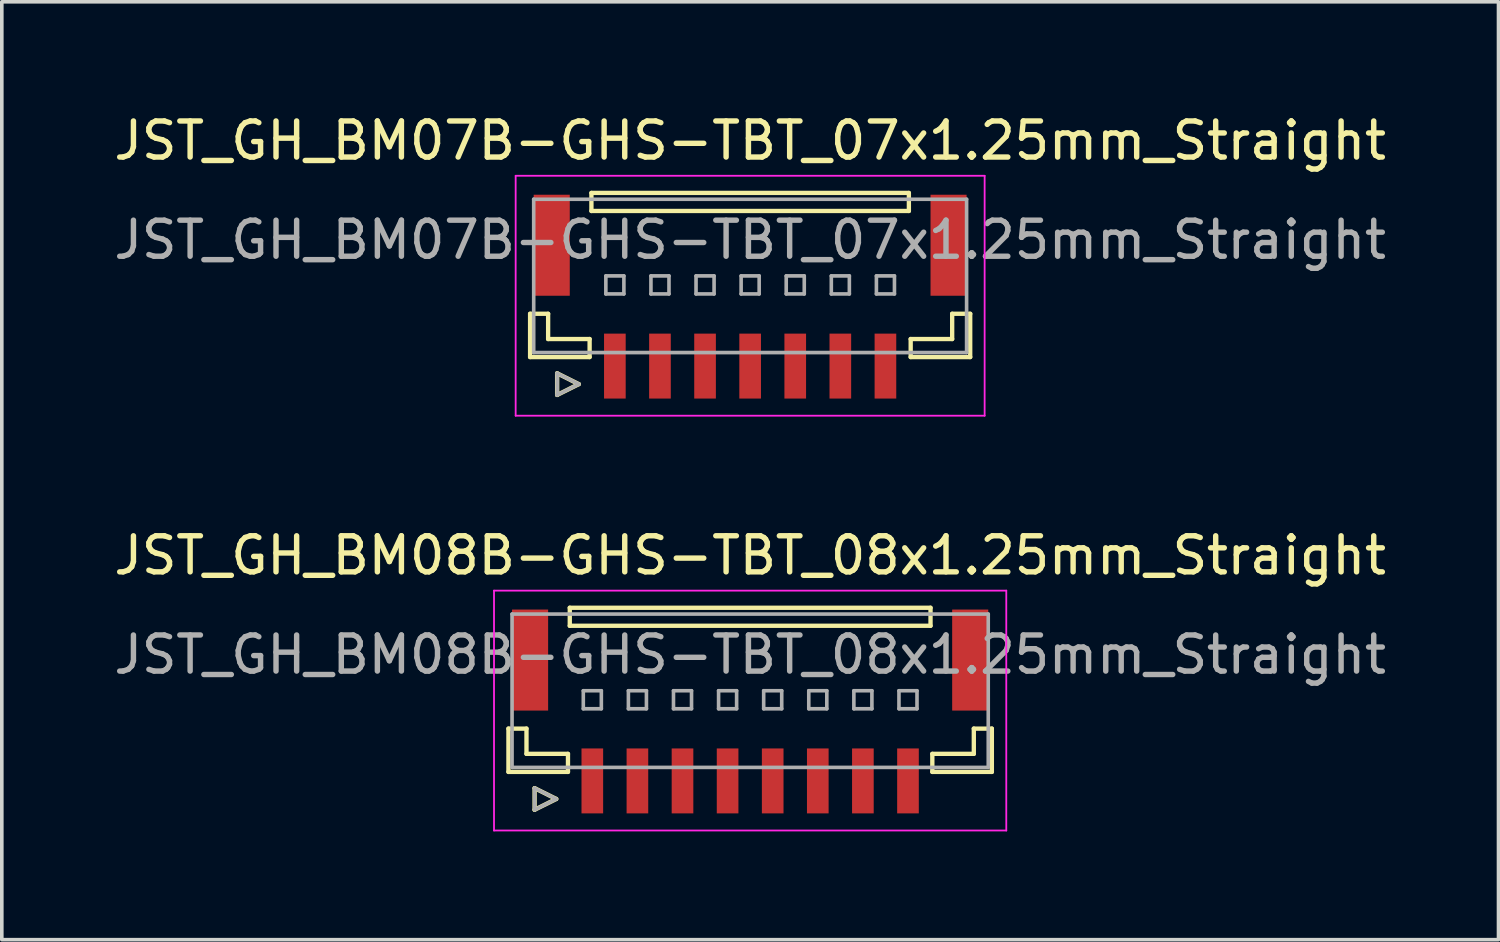
<source format=kicad_pcb>
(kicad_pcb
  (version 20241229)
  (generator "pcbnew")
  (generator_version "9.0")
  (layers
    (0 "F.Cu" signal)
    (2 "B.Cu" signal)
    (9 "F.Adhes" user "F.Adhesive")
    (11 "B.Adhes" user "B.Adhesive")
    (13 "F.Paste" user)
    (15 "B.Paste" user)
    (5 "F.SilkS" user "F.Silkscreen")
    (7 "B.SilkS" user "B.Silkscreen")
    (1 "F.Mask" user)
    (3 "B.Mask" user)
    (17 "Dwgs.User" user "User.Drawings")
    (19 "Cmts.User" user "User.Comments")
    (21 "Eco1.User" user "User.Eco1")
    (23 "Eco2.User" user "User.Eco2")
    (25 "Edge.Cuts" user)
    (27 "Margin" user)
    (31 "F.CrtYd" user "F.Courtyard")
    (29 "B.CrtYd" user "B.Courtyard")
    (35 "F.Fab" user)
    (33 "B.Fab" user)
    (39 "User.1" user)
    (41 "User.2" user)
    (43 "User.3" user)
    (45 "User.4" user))
  (footprint "JST_GH_BM07B-GHS-TBT_07x1.25mm_Straight"
    (layer "F.Cu")
    (at 17.744 5.423)
    (property "Reference" "JST_GH_BM07B-GHS-TBT_07x1.25mm_Straight" (at 0 -4.575 0) (layer "F.SilkS") (effects (font (size 1 1) (thickness 0.15))))
    (attr smd)
    (fp_line (start -6.1 0.225) (end -6.1 1.425) (stroke (width 0.12) (type solid)) (layer "F.SilkS"))
    (fp_line (start -6.1 1.425) (end -4.45 1.425) (stroke (width 0.12) (type solid)) (layer "F.SilkS"))
    (fp_line (start -5.6 0.225) (end -6.1 0.225) (stroke (width 0.12) (type solid)) (layer "F.SilkS"))
    (fp_line (start -5.6 0.925) (end -5.6 0.225) (stroke (width 0.12) (type solid)) (layer "F.SilkS"))
    (fp_line (start -5.35 1.875) (end -4.75 2.175) (stroke (width 0.12) (type solid)) (layer "F.SilkS"))
    (fp_line (start -5.35 2.475) (end -5.35 1.875) (stroke (width 0.12) (type solid)) (layer "F.SilkS"))
    (fp_line (start -4.75 2.175) (end -5.35 2.475) (stroke (width 0.12) (type solid)) (layer "F.SilkS"))
    (fp_line (start -4.45 0.925) (end -5.6 0.925) (stroke (width 0.12) (type solid)) (layer "F.SilkS"))
    (fp_line (start -4.45 1.425) (end -4.45 0.925) (stroke (width 0.12) (type solid)) (layer "F.SilkS"))
    (fp_line (start -4.4 -3.125) (end 4.4 -3.125) (stroke (width 0.12) (type solid)) (layer "F.SilkS"))
    (fp_line (start -4.4 -2.625) (end -4.4 -3.125) (stroke (width 0.12) (type solid)) (layer "F.SilkS"))
    (fp_line (start 4.4 -3.125) (end 4.4 -2.625) (stroke (width 0.12) (type solid)) (layer "F.SilkS"))
    (fp_line (start 4.4 -2.625) (end -4.4 -2.625) (stroke (width 0.12) (type solid)) (layer "F.SilkS"))
    (fp_line (start 4.45 0.925) (end 5.6 0.925) (stroke (width 0.12) (type solid)) (layer "F.SilkS"))
    (fp_line (start 4.45 1.425) (end 4.45 0.925) (stroke (width 0.12) (type solid)) (layer "F.SilkS"))
    (fp_line (start 5.6 0.225) (end 6.1 0.225) (stroke (width 0.12) (type solid)) (layer "F.SilkS"))
    (fp_line (start 5.6 0.925) (end 5.6 0.225) (stroke (width 0.12) (type solid)) (layer "F.SilkS"))
    (fp_line (start 6.1 0.225) (end 6.1 1.425) (stroke (width 0.12) (type solid)) (layer "F.SilkS"))
    (fp_line (start 6.1 1.425) (end 4.45 1.425) (stroke (width 0.12) (type solid)) (layer "F.SilkS"))
    (fp_line (start -6.5 -3.6) (end 6.5 -3.6) (stroke (width 0.05) (type solid)) (layer "F.CrtYd"))
    (fp_line (start -6.5 3.05) (end -6.5 -3.6) (stroke (width 0.05) (type solid)) (layer "F.CrtYd"))
    (fp_line (start 6.5 -3.6) (end 6.5 3.05) (stroke (width 0.05) (type solid)) (layer "F.CrtYd"))
    (fp_line (start 6.5 3.05) (end -6.5 3.05) (stroke (width 0.05) (type solid)) (layer "F.CrtYd"))
    (fp_line (start -6 -2.95) (end 6 -2.95) (stroke (width 0.1) (type solid)) (layer "F.Fab"))
    (fp_line (start -6 1.3) (end -6 -2.95) (stroke (width 0.1) (type solid)) (layer "F.Fab"))
    (fp_line (start -5.35 1.875) (end -4.75 2.175) (stroke (width 0.1) (type solid)) (layer "F.Fab"))
    (fp_line (start -5.35 2.475) (end -5.35 1.875) (stroke (width 0.1) (type solid)) (layer "F.Fab"))
    (fp_line (start -4.75 2.175) (end -5.35 2.475) (stroke (width 0.1) (type solid)) (layer "F.Fab"))
    (fp_line (start -4 -0.825) (end -3.5 -0.825) (stroke (width 0.1) (type solid)) (layer "F.Fab"))
    (fp_line (start -4 -0.325) (end -4 -0.825) (stroke (width 0.1) (type solid)) (layer "F.Fab"))
    (fp_line (start -3.5 -0.825) (end -3.5 -0.325) (stroke (width 0.1) (type solid)) (layer "F.Fab"))
    (fp_line (start -3.5 -0.325) (end -4 -0.325) (stroke (width 0.1) (type solid)) (layer "F.Fab"))
    (fp_line (start -2.75 -0.825) (end -2.25 -0.825) (stroke (width 0.1) (type solid)) (layer "F.Fab"))
    (fp_line (start -2.75 -0.325) (end -2.75 -0.825) (stroke (width 0.1) (type solid)) (layer "F.Fab"))
    (fp_line (start -2.25 -0.825) (end -2.25 -0.325) (stroke (width 0.1) (type solid)) (layer "F.Fab"))
    (fp_line (start -2.25 -0.325) (end -2.75 -0.325) (stroke (width 0.1) (type solid)) (layer "F.Fab"))
    (fp_line (start -1.5 -0.825) (end -1 -0.825) (stroke (width 0.1) (type solid)) (layer "F.Fab"))
    (fp_line (start -1.5 -0.325) (end -1.5 -0.825) (stroke (width 0.1) (type solid)) (layer "F.Fab"))
    (fp_line (start -1 -0.825) (end -1 -0.325) (stroke (width 0.1) (type solid)) (layer "F.Fab"))
    (fp_line (start -1 -0.325) (end -1.5 -0.325) (stroke (width 0.1) (type solid)) (layer "F.Fab"))
    (fp_line (start -0.25 -0.825) (end 0.25 -0.825) (stroke (width 0.1) (type solid)) (layer "F.Fab"))
    (fp_line (start -0.25 -0.325) (end -0.25 -0.825) (stroke (width 0.1) (type solid)) (layer "F.Fab"))
    (fp_line (start 0.25 -0.825) (end 0.25 -0.325) (stroke (width 0.1) (type solid)) (layer "F.Fab"))
    (fp_line (start 0.25 -0.325) (end -0.25 -0.325) (stroke (width 0.1) (type solid)) (layer "F.Fab"))
    (fp_line (start 1 -0.825) (end 1.5 -0.825) (stroke (width 0.1) (type solid)) (layer "F.Fab"))
    (fp_line (start 1 -0.325) (end 1 -0.825) (stroke (width 0.1) (type solid)) (layer "F.Fab"))
    (fp_line (start 1.5 -0.825) (end 1.5 -0.325) (stroke (width 0.1) (type solid)) (layer "F.Fab"))
    (fp_line (start 1.5 -0.325) (end 1 -0.325) (stroke (width 0.1) (type solid)) (layer "F.Fab"))
    (fp_line (start 2.25 -0.825) (end 2.75 -0.825) (stroke (width 0.1) (type solid)) (layer "F.Fab"))
    (fp_line (start 2.25 -0.325) (end 2.25 -0.825) (stroke (width 0.1) (type solid)) (layer "F.Fab"))
    (fp_line (start 2.75 -0.825) (end 2.75 -0.325) (stroke (width 0.1) (type solid)) (layer "F.Fab"))
    (fp_line (start 2.75 -0.325) (end 2.25 -0.325) (stroke (width 0.1) (type solid)) (layer "F.Fab"))
    (fp_line (start 3.5 -0.825) (end 4 -0.825) (stroke (width 0.1) (type solid)) (layer "F.Fab"))
    (fp_line (start 3.5 -0.325) (end 3.5 -0.825) (stroke (width 0.1) (type solid)) (layer "F.Fab"))
    (fp_line (start 4 -0.825) (end 4 -0.325) (stroke (width 0.1) (type solid)) (layer "F.Fab"))
    (fp_line (start 4 -0.325) (end 3.5 -0.325) (stroke (width 0.1) (type solid)) (layer "F.Fab"))
    (fp_line (start 6 -2.95) (end 6 1.3) (stroke (width 0.1) (type solid)) (layer "F.Fab"))
    (fp_line (start 6 1.3) (end -6 1.3) (stroke (width 0.1) (type solid)) (layer "F.Fab"))
    (fp_text user "${REFERENCE}" (at 0 -1.825 0) (layer "F.Fab") (effects (font (size 1 1) (thickness 0.15))))
    (pad "" smd rect (at -5.5 -1.675) (size 1 2.8) (layers "F.Cu" "F.Mask" "F.Paste"))
    (pad "" smd rect (at 5.5 -1.675) (size 1 2.8) (layers "F.Cu" "F.Mask" "F.Paste"))
    (pad "1" smd rect (at -3.75 1.675) (size 0.6 1.8) (layers "F.Cu" "F.Mask" "F.Paste"))
    (pad "2" smd rect (at -2.5 1.675) (size 0.6 1.8) (layers "F.Cu" "F.Mask" "F.Paste"))
    (pad "3" smd rect (at -1.25 1.675) (size 0.6 1.8) (layers "F.Cu" "F.Mask" "F.Paste"))
    (pad "4" smd rect (at 0 1.675) (size 0.6 1.8) (layers "F.Cu" "F.Mask" "F.Paste"))
    (pad "5" smd rect (at 1.25 1.675) (size 0.6 1.8) (layers "F.Cu" "F.Mask" "F.Paste"))
    (pad "6" smd rect (at 2.5 1.675) (size 0.6 1.8) (layers "F.Cu" "F.Mask" "F.Paste"))
    (pad "7" smd rect (at 3.75 1.675) (size 0.6 1.8) (layers "F.Cu" "F.Mask" "F.Paste")))
  (footprint "JST_GH_BM08B-GHS-TBT_08x1.25mm_Straight"
    (layer "F.Cu")
    (at 17.744 16.922)
    (property "Reference" "JST_GH_BM08B-GHS-TBT_08x1.25mm_Straight" (at 0 -4.575 0) (layer "F.SilkS") (effects (font (size 1 1) (thickness 0.15))))
    (attr smd)
    (fp_line (start -6.7 0.225) (end -6.7 1.425) (stroke (width 0.12) (type solid)) (layer "F.SilkS"))
    (fp_line (start -6.7 1.425) (end -5.05 1.425) (stroke (width 0.12) (type solid)) (layer "F.SilkS"))
    (fp_line (start -6.2 0.225) (end -6.7 0.225) (stroke (width 0.12) (type solid)) (layer "F.SilkS"))
    (fp_line (start -6.2 0.925) (end -6.2 0.225) (stroke (width 0.12) (type solid)) (layer "F.SilkS"))
    (fp_line (start -5.975 1.875) (end -5.375 2.175) (stroke (width 0.12) (type solid)) (layer "F.SilkS"))
    (fp_line (start -5.975 2.475) (end -5.975 1.875) (stroke (width 0.12) (type solid)) (layer "F.SilkS"))
    (fp_line (start -5.375 2.175) (end -5.975 2.475) (stroke (width 0.12) (type solid)) (layer "F.SilkS"))
    (fp_line (start -5.05 0.925) (end -6.2 0.925) (stroke (width 0.12) (type solid)) (layer "F.SilkS"))
    (fp_line (start -5.05 1.425) (end -5.05 0.925) (stroke (width 0.12) (type solid)) (layer "F.SilkS"))
    (fp_line (start -5 -3.125) (end 5 -3.125) (stroke (width 0.12) (type solid)) (layer "F.SilkS"))
    (fp_line (start -5 -2.625) (end -5 -3.125) (stroke (width 0.12) (type solid)) (layer "F.SilkS"))
    (fp_line (start 5 -3.125) (end 5 -2.625) (stroke (width 0.12) (type solid)) (layer "F.SilkS"))
    (fp_line (start 5 -2.625) (end -5 -2.625) (stroke (width 0.12) (type solid)) (layer "F.SilkS"))
    (fp_line (start 5.05 0.925) (end 6.2 0.925) (stroke (width 0.12) (type solid)) (layer "F.SilkS"))
    (fp_line (start 5.05 1.425) (end 5.05 0.925) (stroke (width 0.12) (type solid)) (layer "F.SilkS"))
    (fp_line (start 6.2 0.225) (end 6.7 0.225) (stroke (width 0.12) (type solid)) (layer "F.SilkS"))
    (fp_line (start 6.2 0.925) (end 6.2 0.225) (stroke (width 0.12) (type solid)) (layer "F.SilkS"))
    (fp_line (start 6.7 0.225) (end 6.7 1.425) (stroke (width 0.12) (type solid)) (layer "F.SilkS"))
    (fp_line (start 6.7 1.425) (end 5.05 1.425) (stroke (width 0.12) (type solid)) (layer "F.SilkS"))
    (fp_line (start -7.1 -3.6) (end 7.1 -3.6) (stroke (width 0.05) (type solid)) (layer "F.CrtYd"))
    (fp_line (start -7.1 3.05) (end -7.1 -3.6) (stroke (width 0.05) (type solid)) (layer "F.CrtYd"))
    (fp_line (start 7.1 -3.6) (end 7.1 3.05) (stroke (width 0.05) (type solid)) (layer "F.CrtYd"))
    (fp_line (start 7.1 3.05) (end -7.1 3.05) (stroke (width 0.05) (type solid)) (layer "F.CrtYd"))
    (fp_line (start -6.6 -2.95) (end 6.6 -2.95) (stroke (width 0.1) (type solid)) (layer "F.Fab"))
    (fp_line (start -6.6 1.3) (end -6.6 -2.95) (stroke (width 0.1) (type solid)) (layer "F.Fab"))
    (fp_line (start -5.975 1.875) (end -5.375 2.175) (stroke (width 0.1) (type solid)) (layer "F.Fab"))
    (fp_line (start -5.975 2.475) (end -5.975 1.875) (stroke (width 0.1) (type solid)) (layer "F.Fab"))
    (fp_line (start -5.375 2.175) (end -5.975 2.475) (stroke (width 0.1) (type solid)) (layer "F.Fab"))
    (fp_line (start -4.625 -0.825) (end -4.125 -0.825) (stroke (width 0.1) (type solid)) (layer "F.Fab"))
    (fp_line (start -4.625 -0.325) (end -4.625 -0.825) (stroke (width 0.1) (type solid)) (layer "F.Fab"))
    (fp_line (start -4.125 -0.825) (end -4.125 -0.325) (stroke (width 0.1) (type solid)) (layer "F.Fab"))
    (fp_line (start -4.125 -0.325) (end -4.625 -0.325) (stroke (width 0.1) (type solid)) (layer "F.Fab"))
    (fp_line (start -3.375 -0.825) (end -2.875 -0.825) (stroke (width 0.1) (type solid)) (layer "F.Fab"))
    (fp_line (start -3.375 -0.325) (end -3.375 -0.825) (stroke (width 0.1) (type solid)) (layer "F.Fab"))
    (fp_line (start -2.875 -0.825) (end -2.875 -0.325) (stroke (width 0.1) (type solid)) (layer "F.Fab"))
    (fp_line (start -2.875 -0.325) (end -3.375 -0.325) (stroke (width 0.1) (type solid)) (layer "F.Fab"))
    (fp_line (start -2.125 -0.825) (end -1.625 -0.825) (stroke (width 0.1) (type solid)) (layer "F.Fab"))
    (fp_line (start -2.125 -0.325) (end -2.125 -0.825) (stroke (width 0.1) (type solid)) (layer "F.Fab"))
    (fp_line (start -1.625 -0.825) (end -1.625 -0.325) (stroke (width 0.1) (type solid)) (layer "F.Fab"))
    (fp_line (start -1.625 -0.325) (end -2.125 -0.325) (stroke (width 0.1) (type solid)) (layer "F.Fab"))
    (fp_line (start -0.875 -0.825) (end -0.375 -0.825) (stroke (width 0.1) (type solid)) (layer "F.Fab"))
    (fp_line (start -0.875 -0.325) (end -0.875 -0.825) (stroke (width 0.1) (type solid)) (layer "F.Fab"))
    (fp_line (start -0.375 -0.825) (end -0.375 -0.325) (stroke (width 0.1) (type solid)) (layer "F.Fab"))
    (fp_line (start -0.375 -0.325) (end -0.875 -0.325) (stroke (width 0.1) (type solid)) (layer "F.Fab"))
    (fp_line (start 0.375 -0.825) (end 0.875 -0.825) (stroke (width 0.1) (type solid)) (layer "F.Fab"))
    (fp_line (start 0.375 -0.325) (end 0.375 -0.825) (stroke (width 0.1) (type solid)) (layer "F.Fab"))
    (fp_line (start 0.875 -0.825) (end 0.875 -0.325) (stroke (width 0.1) (type solid)) (layer "F.Fab"))
    (fp_line (start 0.875 -0.325) (end 0.375 -0.325) (stroke (width 0.1) (type solid)) (layer "F.Fab"))
    (fp_line (start 1.625 -0.825) (end 2.125 -0.825) (stroke (width 0.1) (type solid)) (layer "F.Fab"))
    (fp_line (start 1.625 -0.325) (end 1.625 -0.825) (stroke (width 0.1) (type solid)) (layer "F.Fab"))
    (fp_line (start 2.125 -0.825) (end 2.125 -0.325) (stroke (width 0.1) (type solid)) (layer "F.Fab"))
    (fp_line (start 2.125 -0.325) (end 1.625 -0.325) (stroke (width 0.1) (type solid)) (layer "F.Fab"))
    (fp_line (start 2.875 -0.825) (end 3.375 -0.825) (stroke (width 0.1) (type solid)) (layer "F.Fab"))
    (fp_line (start 2.875 -0.325) (end 2.875 -0.825) (stroke (width 0.1) (type solid)) (layer "F.Fab"))
    (fp_line (start 3.375 -0.825) (end 3.375 -0.325) (stroke (width 0.1) (type solid)) (layer "F.Fab"))
    (fp_line (start 3.375 -0.325) (end 2.875 -0.325) (stroke (width 0.1) (type solid)) (layer "F.Fab"))
    (fp_line (start 4.125 -0.825) (end 4.625 -0.825) (stroke (width 0.1) (type solid)) (layer "F.Fab"))
    (fp_line (start 4.125 -0.325) (end 4.125 -0.825) (stroke (width 0.1) (type solid)) (layer "F.Fab"))
    (fp_line (start 4.625 -0.825) (end 4.625 -0.325) (stroke (width 0.1) (type solid)) (layer "F.Fab"))
    (fp_line (start 4.625 -0.325) (end 4.125 -0.325) (stroke (width 0.1) (type solid)) (layer "F.Fab"))
    (fp_line (start 6.6 -2.95) (end 6.6 1.3) (stroke (width 0.1) (type solid)) (layer "F.Fab"))
    (fp_line (start 6.6 1.3) (end -6.6 1.3) (stroke (width 0.1) (type solid)) (layer "F.Fab"))
    (fp_text user "${REFERENCE}" (at 0 -1.825 0) (layer "F.Fab") (effects (font (size 1 1) (thickness 0.15))))
    (pad "" smd rect (at -6.1 -1.675) (size 1 2.8) (layers "F.Cu" "F.Mask" "F.Paste"))
    (pad "" smd rect (at 6.1 -1.675) (size 1 2.8) (layers "F.Cu" "F.Mask" "F.Paste"))
    (pad "1" smd rect (at -4.375 1.675) (size 0.6 1.8) (layers "F.Cu" "F.Mask" "F.Paste"))
    (pad "2" smd rect (at -3.125 1.675) (size 0.6 1.8) (layers "F.Cu" "F.Mask" "F.Paste"))
    (pad "3" smd rect (at -1.875 1.675) (size 0.6 1.8) (layers "F.Cu" "F.Mask" "F.Paste"))
    (pad "4" smd rect (at -0.625 1.675) (size 0.6 1.8) (layers "F.Cu" "F.Mask" "F.Paste"))
    (pad "5" smd rect (at 0.625 1.675) (size 0.6 1.8) (layers "F.Cu" "F.Mask" "F.Paste"))
    (pad "6" smd rect (at 1.875 1.675) (size 0.6 1.8) (layers "F.Cu" "F.Mask" "F.Paste"))
    (pad "7" smd rect (at 3.125 1.675) (size 0.6 1.8) (layers "F.Cu" "F.Mask" "F.Paste"))
    (pad "8" smd rect (at 4.375 1.675) (size 0.6 1.8) (layers "F.Cu" "F.Mask" "F.Paste")))
  (gr_rect
    (start -3 -3)
    (end 38.488 22.997)
    (stroke (width 0.1) (type default))
    (fill no)
    (layer "Edge.Cuts")))
</source>
